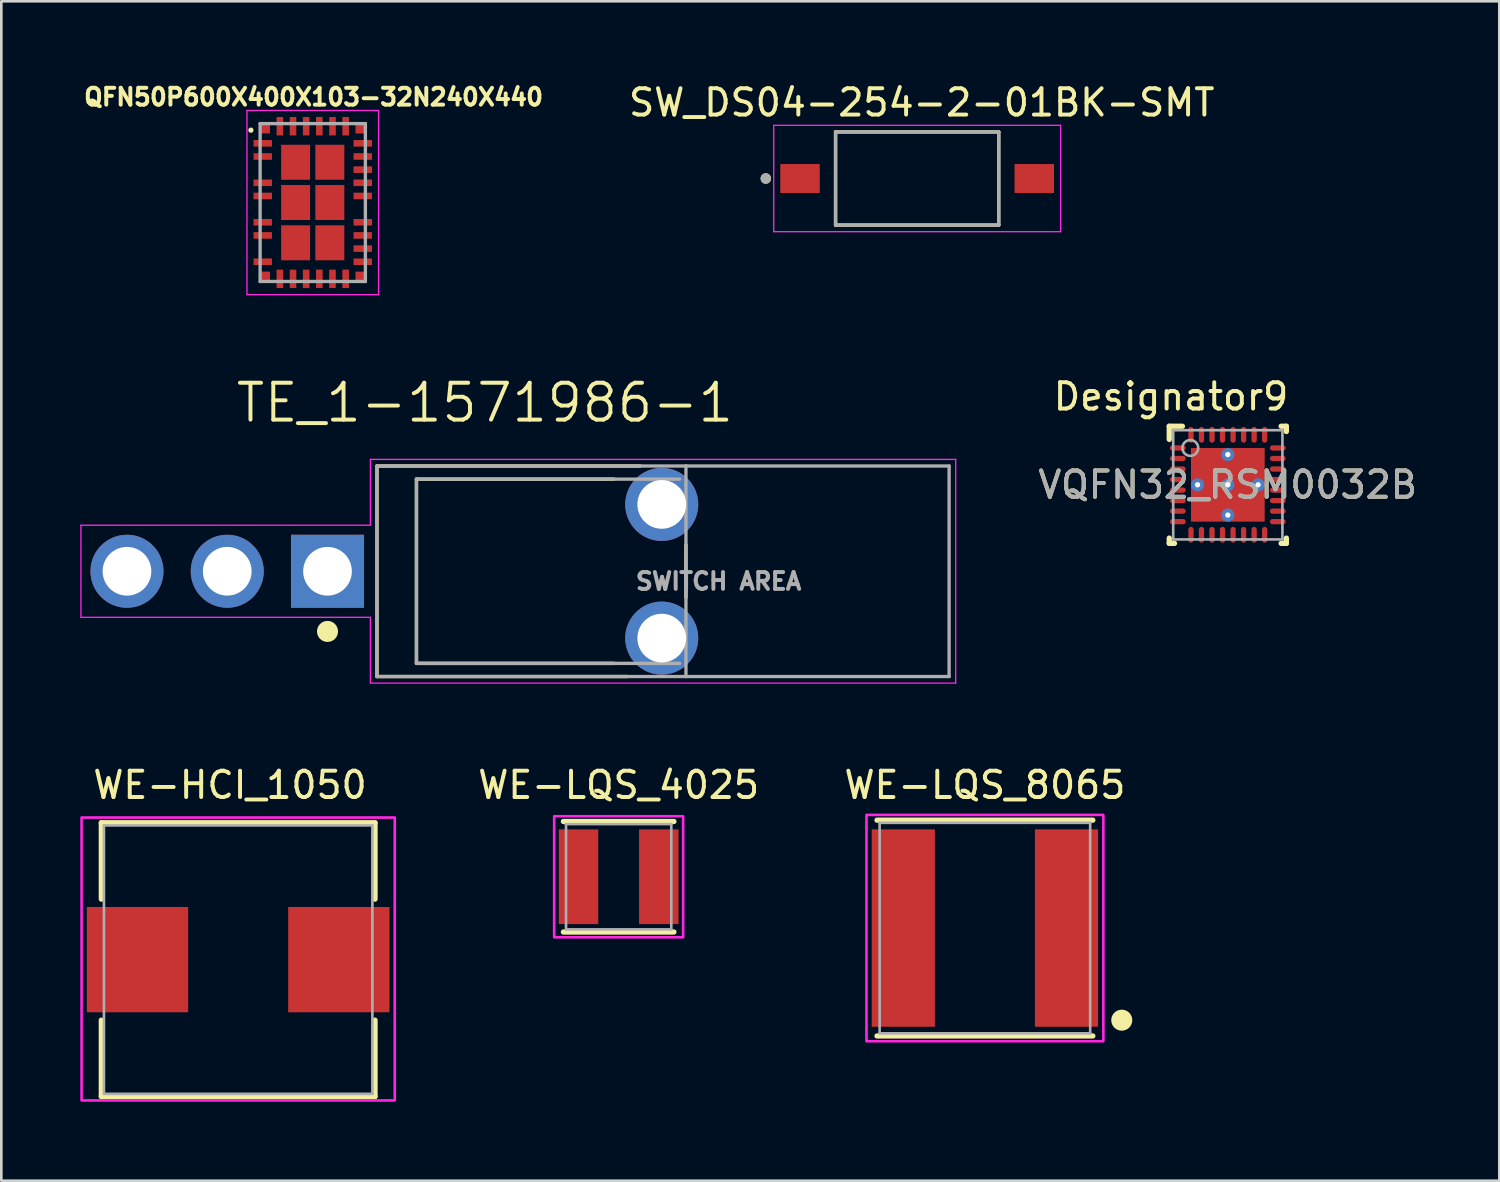
<source format=kicad_pcb>
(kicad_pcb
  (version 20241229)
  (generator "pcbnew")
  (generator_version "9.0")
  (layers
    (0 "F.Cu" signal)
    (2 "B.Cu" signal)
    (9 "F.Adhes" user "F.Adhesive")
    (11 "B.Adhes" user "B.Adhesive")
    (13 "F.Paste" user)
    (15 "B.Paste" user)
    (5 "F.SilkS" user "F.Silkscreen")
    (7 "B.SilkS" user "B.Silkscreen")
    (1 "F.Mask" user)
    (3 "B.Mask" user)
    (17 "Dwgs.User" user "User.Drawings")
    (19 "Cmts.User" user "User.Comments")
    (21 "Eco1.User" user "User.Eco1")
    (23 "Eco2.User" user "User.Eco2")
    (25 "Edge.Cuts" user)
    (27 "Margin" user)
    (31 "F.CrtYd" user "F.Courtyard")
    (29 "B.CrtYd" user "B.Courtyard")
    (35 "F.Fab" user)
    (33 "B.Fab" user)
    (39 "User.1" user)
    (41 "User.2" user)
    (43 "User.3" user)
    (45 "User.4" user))
  (footprint "WE-LQS_4025"
    (layer "F.Cu")
    (at 20.458 30.265)
    (property "Reference" "WE-LQS_4025" (at 0 -3.485 0) (layer "F.SilkS") (effects (font (size 1 1) (thickness 0.15))))
    (attr smd)
    (fp_line (start -2.1 -2.1) (end 2.1 -2.1) (stroke (width 0.2) (type solid)) (layer "F.SilkS"))
    (fp_line (start -2.1 2.1) (end 2.1 2.1) (stroke (width 0.2) (type solid)) (layer "F.SilkS"))
    (fp_poly (pts (xy -2.45 -2.3) (xy 2.45 -2.3) (xy 2.45 2.3) (xy -2.45 2.3)) (stroke (width 0.1) (type solid)) (fill no) (layer "F.CrtYd"))
    (fp_line (start -2 -2) (end 2 -2) (stroke (width 0.1) (type solid)) (layer "F.Fab"))
    (fp_line (start -2 2) (end -2 -2) (stroke (width 0.1) (type solid)) (layer "F.Fab"))
    (fp_line (start 2 -2) (end 2 2) (stroke (width 0.1) (type solid)) (layer "F.Fab"))
    (fp_line (start 2 2) (end -2 2) (stroke (width 0.1) (type solid)) (layer "F.Fab"))
    (pad "1" smd rect (at -1.525 0) (size 1.5 3.6) (layers "F.Cu" "F.Mask" "F.Paste"))
    (pad "2" smd rect (at 1.525 0) (size 1.5 3.6) (layers "F.Cu" "F.Mask" "F.Paste")))
  (footprint "QFN50P600X400X103-32N240X440"
    (layer "F.Cu")
    (at 8.834 4.646)
    (property "Reference" "QFN50P600X400X103-32N240X440" (at 0.032 -4.008 0) (layer "F.SilkS") (effects (font (size 0.64 0.64) (thickness 0.15))))
    (attr smd)
    (fp_circle (center -2.35 -2.75) (end -2.3 -2.75) (stroke (width 0.1) (type solid)) (fill no) (layer "F.SilkS"))
    (fp_poly (pts (xy -1.002 -1.955) (xy -0.3 -1.955) (xy -0.3 -1.107) (xy -1.002 -1.107)) (stroke (width 0.01) (type solid)) (fill yes) (layer "F.Paste"))
    (fp_poly (pts (xy -1.002 1.105) (xy -0.3 1.105) (xy -0.3 1.959) (xy -1.002 1.959)) (stroke (width 0.01) (type solid)) (fill yes) (layer "F.Paste"))
    (fp_poly (pts (xy -1.001 -0.425) (xy -0.3 -0.425) (xy -0.3 0.426) (xy -1.001 0.426)) (stroke (width 0.01) (type solid)) (fill yes) (layer "F.Paste"))
    (fp_poly (pts (xy 0.3 -0.425) (xy 1 -0.425) (xy 1 0.425) (xy 0.3 0.425)) (stroke (width 0.01) (type solid)) (fill yes) (layer "F.Paste"))
    (fp_poly (pts (xy 0.3 1.105) (xy 1 1.105) (xy 1 1.957) (xy 0.3 1.957)) (stroke (width 0.01) (type solid)) (fill yes) (layer "F.Paste"))
    (fp_poly (pts (xy 0.301 -1.955) (xy 1 -1.955) (xy 1 -1.107) (xy 0.301 -1.107)) (stroke (width 0.01) (type solid)) (fill yes) (layer "F.Paste"))
    (fp_line (start -2.5 -3.5) (end 2.5 -3.5) (stroke (width 0.05) (type solid)) (layer "F.CrtYd"))
    (fp_line (start -2.5 3.5) (end -2.5 -3.5) (stroke (width 0.05) (type solid)) (layer "F.CrtYd"))
    (fp_line (start 2.5 -3.5) (end 2.5 3.5) (stroke (width 0.05) (type solid)) (layer "F.CrtYd"))
    (fp_line (start 2.5 3.5) (end -2.5 3.5) (stroke (width 0.05) (type solid)) (layer "F.CrtYd"))
    (fp_line (start -2 -3) (end 2 -3) (stroke (width 0.127) (type solid)) (layer "F.Fab"))
    (fp_line (start -2 3) (end -2 -3) (stroke (width 0.127) (type solid)) (layer "F.Fab"))
    (fp_line (start 2 -3) (end 2 3) (stroke (width 0.127) (type solid)) (layer "F.Fab"))
    (fp_line (start 2 3) (end -2 3) (stroke (width 0.127) (type solid)) (layer "F.Fab"))
    (pad "1" smd rect (at -1.9 -2.25) (size 0.7 0.25) (layers "F.Cu" "F.Mask" "F.Paste"))
    (pad "2" smd rect (at -1.9 -1.75) (size 0.7 0.25) (layers "F.Cu" "F.Mask" "F.Paste"))
    (pad "4" smd rect (at -1.9 -0.75) (size 0.7 0.25) (layers "F.Cu" "F.Mask" "F.Paste"))
    (pad "5" smd rect (at -1.9 -0.25) (size 0.7 0.25) (layers "F.Cu" "F.Mask" "F.Paste"))
    (pad "7" smd rect (at -1.9 0.75) (size 0.7 0.25) (layers "F.Cu" "F.Mask" "F.Paste"))
    (pad "8" smd rect (at -1.9 1.25) (size 0.7 0.25) (layers "F.Cu" "F.Mask" "F.Paste"))
    (pad "10" smd rect (at -1.9 2.25) (size 0.7 0.25) (layers "F.Cu" "F.Mask" "F.Paste"))
    (pad "11" smd rect (at -1.25 2.9) (size 0.25 0.7) (layers "F.Cu" "F.Mask" "F.Paste"))
    (pad "12" smd rect (at -0.75 2.9) (size 0.25 0.7) (layers "F.Cu" "F.Mask" "F.Paste"))
    (pad "13" smd rect (at -0.25 2.9) (size 0.25 0.7) (layers "F.Cu" "F.Mask" "F.Paste"))
    (pad "14" smd rect (at 0.25 2.9) (size 0.25 0.7) (layers "F.Cu" "F.Mask" "F.Paste"))
    (pad "15" smd rect (at 0.75 2.9) (size 0.25 0.7) (layers "F.Cu" "F.Mask" "F.Paste"))
    (pad "16" smd rect (at 1.25 2.9) (size 0.25 0.7) (layers "F.Cu" "F.Mask" "F.Paste"))
    (pad "17" smd rect (at 1.9 2.25) (size 0.7 0.25) (layers "F.Cu" "F.Mask" "F.Paste"))
    (pad "18" smd rect (at 1.9 1.75) (size 0.7 0.25) (layers "F.Cu" "F.Mask" "F.Paste"))
    (pad "19" smd rect (at 1.9 1.25) (size 0.7 0.25) (layers "F.Cu" "F.Mask" "F.Paste"))
    (pad "20" smd rect (at 1.9 0.75) (size 0.7 0.25) (layers "F.Cu" "F.Mask" "F.Paste"))
    (pad "22" smd rect (at 1.9 -0.25) (size 0.7 0.25) (layers "F.Cu" "F.Mask" "F.Paste"))
    (pad "23" smd rect (at 1.9 -0.75) (size 0.7 0.25) (layers "F.Cu" "F.Mask" "F.Paste"))
    (pad "24" smd rect (at 1.9 -1.25) (size 0.7 0.25) (layers "F.Cu" "F.Mask" "F.Paste"))
    (pad "25" smd rect (at 1.9 -1.75) (size 0.7 0.25) (layers "F.Cu" "F.Mask" "F.Paste"))
    (pad "26" smd rect (at 1.9 -2.25) (size 0.7 0.25) (layers "F.Cu" "F.Mask" "F.Paste"))
    (pad "27" smd rect (at 1.25 -2.9) (size 0.25 0.7) (layers "F.Cu" "F.Mask" "F.Paste"))
    (pad "28" smd rect (at 0.75 -2.9) (size 0.25 0.7) (layers "F.Cu" "F.Mask" "F.Paste"))
    (pad "29" smd rect (at 0.25 -2.9) (size 0.25 0.7) (layers "F.Cu" "F.Mask" "F.Paste"))
    (pad "30" smd rect (at -0.25 -2.9) (size 0.25 0.7) (layers "F.Cu" "F.Mask" "F.Paste"))
    (pad "31" smd rect (at -0.75 -2.9) (size 0.25 0.7) (layers "F.Cu" "F.Mask" "F.Paste"))
    (pad "32" smd rect (at -1.25 -2.9) (size 0.25 0.7) (layers "F.Cu" "F.Mask" "F.Paste"))
    (pad "33" smd rect (at -0.65 -1.53) (size 1.1 1.33) (layers "F.Cu" "F.Mask"))
    (pad "34" smd rect (at 0.65 -1.53) (size 1.1 1.33) (layers "F.Cu" "F.Mask"))
    (pad "35" smd rect (at -0.65 0) (size 1.1 1.33) (layers "F.Cu" "F.Mask"))
    (pad "36" smd rect (at 0.65 0) (size 1.1 1.33) (layers "F.Cu" "F.Mask"))
    (pad "37" smd rect (at -0.65 1.53) (size 1.1 1.33) (layers "F.Cu" "F.Mask"))
    (pad "38" smd rect (at 0.65 1.53) (size 1.1 1.33) (layers "F.Cu" "F.Mask"))
    (pad "P1" smd rect (at -1.812 -2.812) (size 0.375 0.375) (layers "F.Cu" "F.Mask" "F.Paste"))
    (pad "P2" smd rect (at 1.812 -2.812) (size 0.375 0.375) (layers "F.Cu" "F.Mask" "F.Paste"))
    (pad "P3" smd rect (at -1.812 2.812) (size 0.375 0.375) (layers "F.Cu" "F.Mask" "F.Paste"))
    (pad "P4" smd rect (at 1.812 2.812) (size 0.375 0.375) (layers "F.Cu" "F.Mask" "F.Paste")))
  (footprint "SW_DS04-254-2-01BK-SMT"
    (layer "F.Cu")
    (at 31.8 3.733)
    (property "Reference" "SW_DS04-254-2-01BK-SMT" (at 0.175 -2.885 0) (layer "F.SilkS") (effects (font (size 1 1) (thickness 0.15))))
    (attr smd)
    (fp_line (start -3.1 -1.77) (end 3.1 -1.77) (stroke (width 0.127) (type solid)) (layer "F.SilkS"))
    (fp_line (start -3.1 1.77) (end -3.1 -1.77) (stroke (width 0.127) (type solid)) (layer "F.SilkS"))
    (fp_line (start 3.1 -1.77) (end 3.1 1.77) (stroke (width 0.127) (type solid)) (layer "F.SilkS"))
    (fp_line (start 3.1 1.77) (end -3.1 1.77) (stroke (width 0.127) (type solid)) (layer "F.SilkS"))
    (fp_circle (center -5.75 0) (end -5.65 0) (stroke (width 0.2) (type solid)) (fill no) (layer "F.SilkS"))
    (fp_line (start -5.45 -2.02) (end -5.45 2.02) (stroke (width 0.05) (type solid)) (layer "F.CrtYd"))
    (fp_line (start -5.45 2.02) (end 5.45 2.02) (stroke (width 0.05) (type solid)) (layer "F.CrtYd"))
    (fp_line (start 5.45 -2.02) (end -5.45 -2.02) (stroke (width 0.05) (type solid)) (layer "F.CrtYd"))
    (fp_line (start 5.45 2.02) (end 5.45 -2.02) (stroke (width 0.05) (type solid)) (layer "F.CrtYd"))
    (fp_line (start -3.1 -1.77) (end 3.1 -1.77) (stroke (width 0.127) (type solid)) (layer "F.Fab"))
    (fp_line (start -3.1 1.77) (end -3.1 -1.77) (stroke (width 0.127) (type solid)) (layer "F.Fab"))
    (fp_line (start 3.1 -1.77) (end 3.1 1.77) (stroke (width 0.127) (type solid)) (layer "F.Fab"))
    (fp_line (start 3.1 1.77) (end -3.1 1.77) (stroke (width 0.127) (type solid)) (layer "F.Fab"))
    (fp_circle (center -5.75 0) (end -5.65 0) (stroke (width 0.2) (type solid)) (fill no) (layer "F.Fab"))
    (pad "1A" smd rect (at -4.45 0) (size 1.5 1.1) (layers "F.Cu" "F.Mask" "F.Paste"))
    (pad "1B" smd rect (at 4.45 0) (size 1.5 1.1) (layers "F.Cu" "F.Mask" "F.Paste")))
  (footprint "VQFN32_RSM0032B"
    (layer "F.Cu")
    (at 43.605 15.372)
    (property "Reference" "VQFN32_RSM0032B" (at 0 0 0) (unlocked yes) (layer "F.SilkS") (effects (font (size 1 1) (thickness 0.15))))
    (attr smd)
    (fp_line (start -2.225 2.225) (end -2.225 2.025) (stroke (width 0.2) (type solid)) (layer "F.SilkS"))
    (fp_line (start -2.225 2.225) (end -2.025 2.225) (stroke (width 0.2) (type solid)) (layer "F.SilkS"))
    (fp_line (start -2.225 -2.225) (end -1.725 -2.225) (stroke (width 0.2) (type solid)) (layer "F.SilkS"))
    (fp_line (start -2.225 -1.725) (end -2.225 -2.225) (stroke (width 0.2) (type solid)) (layer "F.SilkS"))
    (fp_line (start 2.025 -2.225) (end 2.225 -2.225) (stroke (width 0.2) (type solid)) (layer "F.SilkS"))
    (fp_line (start 2.025 2.225) (end 2.225 2.225) (stroke (width 0.2) (type solid)) (layer "F.SilkS"))
    (fp_line (start 2.225 -2.025) (end 2.225 -2.225) (stroke (width 0.2) (type solid)) (layer "F.SilkS"))
    (fp_line (start 2.225 2.225) (end 2.225 2.025) (stroke (width 0.2) (type solid)) (layer "F.SilkS"))
    (fp_poly (pts (xy -0.1 -0.1) (xy -0.1 -1.329) (xy -1.329 -1.329) (xy -1.329 -0.1)) (stroke (width 0) (type solid)) (fill yes) (layer "F.Paste"))
    (fp_poly (pts (xy -0.1 1.329) (xy -0.1 0.1) (xy -1.329 0.1) (xy -1.329 1.329)) (stroke (width 0) (type solid)) (fill yes) (layer "F.Paste"))
    (fp_poly (pts (xy 1.329 -0.1) (xy 1.329 -1.329) (xy 0.1 -1.329) (xy 0.1 -0.1)) (stroke (width 0) (type solid)) (fill yes) (layer "F.Paste"))
    (fp_poly (pts (xy 1.329 1.329) (xy 1.329 0.1) (xy 0.1 0.1) (xy 0.1 1.329)) (stroke (width 0) (type solid)) (fill yes) (layer "F.Paste"))
    (fp_line (start -2.075 -2.075) (end 2.075 -2.075) (stroke (width 0.1) (type solid)) (layer "F.Fab"))
    (fp_line (start -2.075 2.075) (end -2.075 -2.075) (stroke (width 0.1) (type solid)) (layer "F.Fab"))
    (fp_line (start -2.075 2.075) (end 2.075 2.075) (stroke (width 0.1) (type solid)) (layer "F.Fab"))
    (fp_line (start 2.075 2.075) (end 2.075 -2.075) (stroke (width 0.1) (type solid)) (layer "F.Fab"))
    (fp_circle (center -1.425 -1.4) (end -1.125 -1.4) (stroke (width 0.1) (type solid)) (fill no) (layer "F.Fab"))
    (fp_text user "Designator9" (at -2.159 -3.353 0) (unlocked yes) (layer "F.SilkS") (effects (font (size 1 1) (thickness 0.15))))
    (fp_text user "${REFERENCE}" (at 0 0 0) (unlocked yes) (layer "F.Fab") (effects (font (size 1 1) (thickness 0.15))))
    (pad "1" smd oval (at -1.9 -1.4 90) (size 0.2 0.6) (layers "F.Cu" "F.Mask" "F.Paste"))
    (pad "2" smd oval (at -1.9 -1 90) (size 0.2 0.6) (layers "F.Cu" "F.Mask" "F.Paste"))
    (pad "3" smd oval (at -1.9 -0.6 90) (size 0.2 0.6) (layers "F.Cu" "F.Mask" "F.Paste"))
    (pad "4" smd oval (at -1.9 -0.2 90) (size 0.2 0.6) (layers "F.Cu" "F.Mask" "F.Paste"))
    (pad "5" smd oval (at -1.9 0.2 90) (size 0.2 0.6) (layers "F.Cu" "F.Mask" "F.Paste"))
    (pad "6" smd oval (at -1.9 0.6 90) (size 0.2 0.6) (layers "F.Cu" "F.Mask" "F.Paste"))
    (pad "7" smd oval (at -1.9 1 90) (size 0.2 0.6) (layers "F.Cu" "F.Mask" "F.Paste"))
    (pad "8" smd oval (at -1.9 1.4 90) (size 0.2 0.6) (layers "F.Cu" "F.Mask" "F.Paste"))
    (pad "9" smd oval (at -1.4 1.9) (size 0.2 0.6) (layers "F.Cu" "F.Mask" "F.Paste"))
    (pad "10" smd oval (at -1 1.9) (size 0.2 0.6) (layers "F.Cu" "F.Mask" "F.Paste"))
    (pad "11" smd oval (at -0.6 1.9) (size 0.2 0.6) (layers "F.Cu" "F.Mask" "F.Paste"))
    (pad "12" smd oval (at -0.2 1.9) (size 0.2 0.6) (layers "F.Cu" "F.Mask" "F.Paste"))
    (pad "13" smd oval (at 0.2 1.9) (size 0.2 0.6) (layers "F.Cu" "F.Mask" "F.Paste"))
    (pad "14" smd oval (at 0.6 1.9) (size 0.2 0.6) (layers "F.Cu" "F.Mask" "F.Paste"))
    (pad "15" smd oval (at 1 1.9) (size 0.2 0.6) (layers "F.Cu" "F.Mask" "F.Paste"))
    (pad "16" smd oval (at 1.4 1.9) (size 0.2 0.6) (layers "F.Cu" "F.Mask" "F.Paste"))
    (pad "17" smd oval (at 1.9 1.4 90) (size 0.2 0.6) (layers "F.Cu" "F.Mask" "F.Paste"))
    (pad "18" smd oval (at 1.9 1 90) (size 0.2 0.6) (layers "F.Cu" "F.Mask" "F.Paste"))
    (pad "19" smd oval (at 1.9 0.6 90) (size 0.2 0.6) (layers "F.Cu" "F.Mask" "F.Paste"))
    (pad "20" smd oval (at 1.9 0.2 90) (size 0.2 0.6) (layers "F.Cu" "F.Mask" "F.Paste"))
    (pad "21" smd oval (at 1.9 -0.2 90) (size 0.2 0.6) (layers "F.Cu" "F.Mask" "F.Paste"))
    (pad "22" smd oval (at 1.9 -0.6 90) (size 0.2 0.6) (layers "F.Cu" "F.Mask" "F.Paste"))
    (pad "23" smd oval (at 1.9 -1 90) (size 0.2 0.6) (layers "F.Cu" "F.Mask" "F.Paste"))
    (pad "24" smd oval (at 1.9 -1.4 90) (size 0.2 0.6) (layers "F.Cu" "F.Mask" "F.Paste"))
    (pad "25" smd oval (at 1.4 -1.9) (size 0.2 0.6) (layers "F.Cu" "F.Mask" "F.Paste"))
    (pad "26" smd oval (at 1 -1.9) (size 0.2 0.6) (layers "F.Cu" "F.Mask" "F.Paste"))
    (pad "27" smd oval (at 0.6 -1.9) (size 0.2 0.6) (layers "F.Cu" "F.Mask" "F.Paste"))
    (pad "28" smd oval (at 0.2 -1.9) (size 0.2 0.6) (layers "F.Cu" "F.Mask" "F.Paste"))
    (pad "29" smd oval (at -0.2 -1.9) (size 0.2 0.6) (layers "F.Cu" "F.Mask" "F.Paste"))
    (pad "30" smd oval (at -0.6 -1.9) (size 0.2 0.6) (layers "F.Cu" "F.Mask" "F.Paste"))
    (pad "31" smd oval (at -1 -1.9) (size 0.2 0.6) (layers "F.Cu" "F.Mask" "F.Paste"))
    (pad "32" smd oval (at -1.4 -1.9) (size 0.2 0.6) (layers "F.Cu" "F.Mask" "F.Paste"))
    (pad "33" smd rect (at 0.000003 0) (size 2.8 2.8) (layers "F.Cu" "F.Mask"))
    (pad "V" thru_hole circle (at -1.15 0) (size 0.5 0.5) (drill 0.203) (layers "*.Cu" "*.Mask"))
    (pad "V" thru_hole circle (at 0.000003 -1.15) (size 0.5 0.5) (drill 0.203) (layers "*.Cu" "*.Mask"))
    (pad "V" thru_hole circle (at 0.000003 0) (size 0.5 0.5) (drill 0.203) (layers "*.Cu" "*.Mask"))
    (pad "V" thru_hole circle (at 0.000003 1.15) (size 0.5 0.5) (drill 0.203) (layers "*.Cu" "*.Mask"))
    (pad "V" thru_hole circle (at 1.15 0) (size 0.5 0.5) (drill 0.203) (layers "*.Cu" "*.Mask")))
  (footprint "WE-LQS_8065"
    (layer "F.Cu")
    (at 34.375 32.215)
    (property "Reference" "WE-LQS_8065" (at 0 -5.435 0) (layer "F.SilkS") (effects (font (size 1 1) (thickness 0.15))))
    (attr smd)
    (fp_line (start 4.1 -4.1) (end -4.1 -4.1) (stroke (width 0.2) (type solid)) (layer "F.SilkS"))
    (fp_line (start 4.1 4.1) (end -4.1 4.1) (stroke (width 0.2) (type solid)) (layer "F.SilkS"))
    (fp_circle (center 5.2 3.5) (end 5.4 3.5) (stroke (width 0.4) (type solid)) (fill no) (layer "F.SilkS"))
    (fp_poly (pts (xy 4.5 4.3) (xy -4.5 4.3) (xy -4.5 -4.3) (xy 4.5 -4.3)) (stroke (width 0.1) (type solid)) (fill no) (layer "F.CrtYd"))
    (fp_line (start -4 -4) (end 4 -4) (stroke (width 0.1) (type solid)) (layer "F.Fab"))
    (fp_line (start -4 4) (end -4 -4) (stroke (width 0.1) (type solid)) (layer "F.Fab"))
    (fp_line (start 4 -4) (end 4 4) (stroke (width 0.1) (type solid)) (layer "F.Fab"))
    (fp_line (start 4 4) (end -4 4) (stroke (width 0.1) (type solid)) (layer "F.Fab"))
    (pad "1" smd rect (at 3.1 0) (size 2.4 7.5) (layers "F.Cu" "F.Mask" "F.Paste"))
    (pad "2" smd rect (at -3.1 0) (size 2.4 7.5) (layers "F.Cu" "F.Mask" "F.Paste")))
  (footprint "TE_1-1571986-1"
    (layer "F.Cu")
    (at 9.395 18.657)
    (property "Reference" "TE_1-1571986-1" (at 5.979 -6.403 0) (layer "F.SilkS") (effects (font (size 1.401 1.401) (thickness 0.15))))
    (attr through_hole)
    (fp_line (start 1.88 -4) (end 1.88 4) (stroke (width 0.127) (type solid)) (layer "F.SilkS"))
    (fp_line (start 1.88 4) (end 11.38 4) (stroke (width 0.127) (type solid)) (layer "F.SilkS"))
    (fp_line (start 3.38 -3.5) (end 3.38 3.5) (stroke (width 0.127) (type solid)) (layer "F.SilkS"))
    (fp_line (start 3.38 3.5) (end 10.88 3.5) (stroke (width 0.127) (type solid)) (layer "F.SilkS"))
    (fp_line (start 10.88 -3.5) (end 3.38 -3.5) (stroke (width 0.127) (type solid)) (layer "F.SilkS"))
    (fp_line (start 11.88 -4) (end 1.88 -4) (stroke (width 0.127) (type solid)) (layer "F.SilkS"))
    (fp_line (start 13.62 -1) (end 13.62 1) (stroke (width 0.127) (type solid)) (layer "F.SilkS"))
    (fp_circle (center 0 2.286) (end 0.2 2.286) (stroke (width 0.4) (type solid)) (fill no) (layer "F.SilkS"))
    (fp_line (start -9.37 -1.75) (end -9.37 1.75) (stroke (width 0.05) (type solid)) (layer "F.CrtYd"))
    (fp_line (start -9.37 1.75) (end 1.63 1.75) (stroke (width 0.05) (type solid)) (layer "F.CrtYd"))
    (fp_line (start 1.63 -4.25) (end 1.63 -1.75) (stroke (width 0.05) (type solid)) (layer "F.CrtYd"))
    (fp_line (start 1.63 -1.75) (end -9.37 -1.75) (stroke (width 0.05) (type solid)) (layer "F.CrtYd"))
    (fp_line (start 1.63 1.75) (end 1.63 4.25) (stroke (width 0.05) (type solid)) (layer "F.CrtYd"))
    (fp_line (start 1.63 4.25) (end 23.87 4.25) (stroke (width 0.05) (type solid)) (layer "F.CrtYd"))
    (fp_line (start 23.87 -4.25) (end 1.63 -4.25) (stroke (width 0.05) (type solid)) (layer "F.CrtYd"))
    (fp_line (start 23.87 4.25) (end 23.87 -4.25) (stroke (width 0.05) (type solid)) (layer "F.CrtYd"))
    (fp_line (start 1.88 -4) (end 13.62 -4) (stroke (width 0.127) (type solid)) (layer "F.Fab"))
    (fp_line (start 1.88 4) (end 1.88 -4) (stroke (width 0.127) (type solid)) (layer "F.Fab"))
    (fp_line (start 3.38 -3.5) (end 3.38 3.5) (stroke (width 0.127) (type solid)) (layer "F.Fab"))
    (fp_line (start 3.38 3.5) (end 13.38 3.5) (stroke (width 0.127) (type solid)) (layer "F.Fab"))
    (fp_line (start 13.38 -3.5) (end 3.38 -3.5) (stroke (width 0.127) (type solid)) (layer "F.Fab"))
    (fp_line (start 13.62 -4) (end 13.62 4) (stroke (width 0.127) (type solid)) (layer "F.Fab"))
    (fp_line (start 13.62 -4) (end 23.62 -4) (stroke (width 0.127) (type solid)) (layer "F.Fab"))
    (fp_line (start 13.62 4) (end 1.88 4) (stroke (width 0.127) (type solid)) (layer "F.Fab"))
    (fp_line (start 23.62 -4) (end 23.62 4) (stroke (width 0.127) (type solid)) (layer "F.Fab"))
    (fp_line (start 23.62 4) (end 13.62 4) (stroke (width 0.127) (type solid)) (layer "F.Fab"))
    (fp_text user "SWITCH AREA" (at 14.86 0.381 0) (layer "F.Fab") (effects (font (size 0.64 0.64) (thickness 0.15))))
    (pad "1" thru_hole rect (at 0 0) (size 2.775 2.775) (drill 1.85) (layers "*.Cu" "*.Mask"))
    (pad "2" thru_hole circle (at -3.81 0) (size 2.775 2.775) (drill 1.85) (layers "*.Cu" "*.Mask"))
    (pad "3" thru_hole circle (at -7.62 0) (size 2.775 2.775) (drill 1.85) (layers "*.Cu" "*.Mask"))
    (pad "S1" thru_hole circle (at 12.7 2.54) (size 2.775 2.775) (drill 1.85) (layers "*.Cu" "*.Mask"))
    (pad "S2" thru_hole circle (at 12.7 -2.54) (size 2.775 2.775) (drill 1.85) (layers "*.Cu" "*.Mask")))
  (footprint "WE-HCI_1050"
    (layer "F.Cu")
    (at 6 33.415)
    (property "Reference" "WE-HCI_1050" (at -0.31 -6.635 0) (layer "F.SilkS") (effects (font (size 1 1) (thickness 0.15))))
    (attr smd)
    (fp_line (start -5.2 -5.2) (end 5.2 -5.2) (stroke (width 0.2) (type solid)) (layer "F.SilkS"))
    (fp_line (start -5.2 -2.3) (end -5.2 -5.2) (stroke (width 0.2) (type solid)) (layer "F.SilkS"))
    (fp_line (start -5.2 2.3) (end -5.2 5.2) (stroke (width 0.2) (type solid)) (layer "F.SilkS"))
    (fp_line (start -5.2 5.2) (end 5.2 5.2) (stroke (width 0.2) (type solid)) (layer "F.SilkS"))
    (fp_line (start 5.2 -5.2) (end 5.2 -2.3) (stroke (width 0.2) (type solid)) (layer "F.SilkS"))
    (fp_line (start 5.2 5.2) (end 5.2 2.3) (stroke (width 0.2) (type solid)) (layer "F.SilkS"))
    (fp_poly (pts (xy -5.95 -5.4) (xy 5.95 -5.4) (xy 5.95 5.35) (xy -5.95 5.35)) (stroke (width 0.1) (type solid)) (fill no) (layer "F.CrtYd"))
    (fp_line (start -5.1 -5.1) (end -5.1 5.1) (stroke (width 0.1) (type solid)) (layer "F.Fab"))
    (fp_line (start -5.1 -5.1) (end 5.1 -5.1) (stroke (width 0.1) (type solid)) (layer "F.Fab"))
    (fp_line (start -5.1 5.1) (end 5.1 5.1) (stroke (width 0.1) (type solid)) (layer "F.Fab"))
    (fp_line (start 5.1 -5.1) (end 5.1 5.1) (stroke (width 0.1) (type solid)) (layer "F.Fab"))
    (pad "1" smd rect (at -3.825 0) (size 3.85 4) (layers "F.Cu" "F.Mask" "F.Paste"))
    (pad "2" smd rect (at 3.825 0) (size 3.85 4) (layers "F.Cu" "F.Mask" "F.Paste")))
  (gr_rect
    (start -3 -3)
    (end 53.921 41.815)
    (stroke (width 0.1) (type default))
    (fill no)
    (layer "Edge.Cuts")))
</source>
